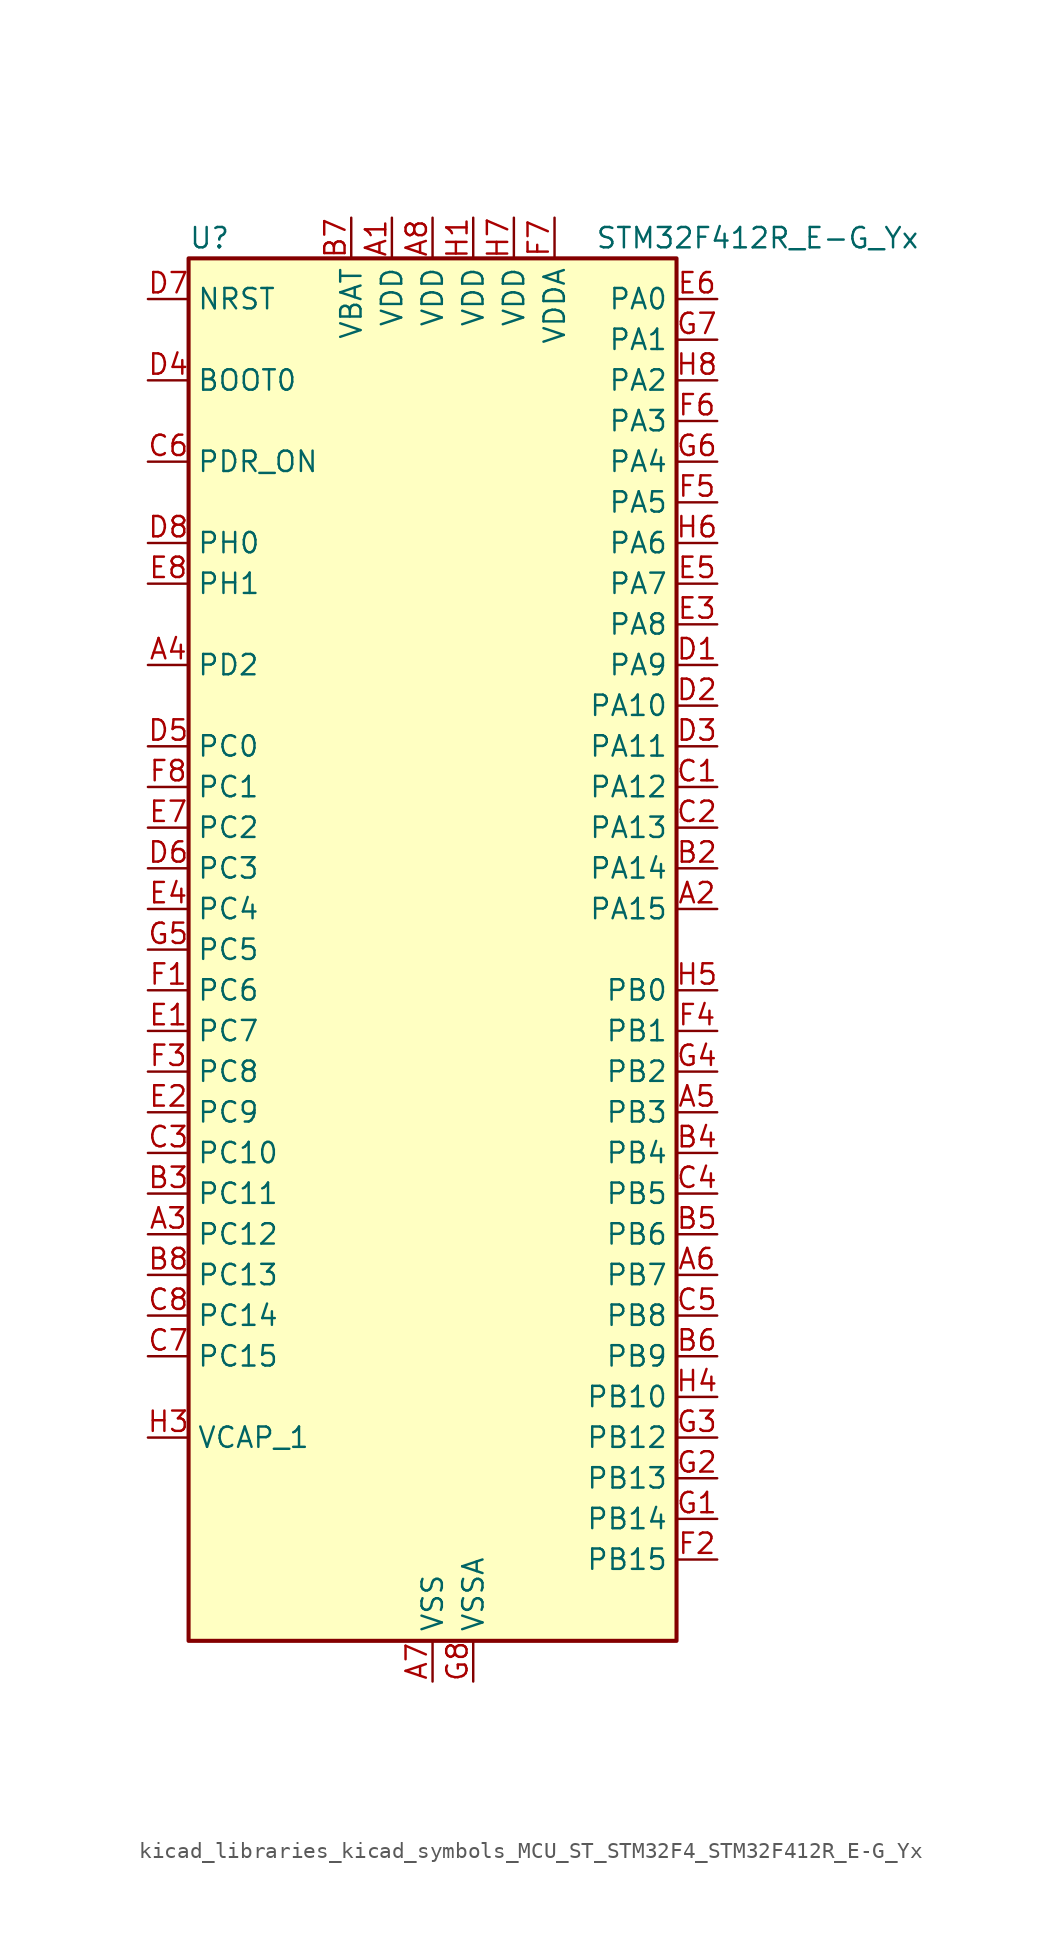
<source format=kicad_sym>
(kicad_symbol_lib
  (version 20220914)
  (generator kicad_symbol_editor)
  (symbol "kicad_libraries_kicad_symbols_MCU_ST_STM32F4_STM32F412R_E-G_Yx"
    (property "Reference" "U"
      (at -15.24 44.45 0)
      (effects (font (size 1.27 1.27)) (justify left)))
    (property "Value" "STM32F412R_E-G_Yx"
      (at 10.16 44.45 0)
      (effects (font (size 1.27 1.27)) (justify left)))
    (property "ki_locked" ""
      (at 0 0 0)
      (effects (font (size 1.27 1.27))))
    (symbol "kicad_libraries_kicad_symbols_MCU_ST_STM32F4_STM32F412R_E-G_Yx_0_1"
      (rectangle (start -15.24 -43.18) (end 15.24 43.18) (stroke (width 0.254) (type default)) (fill (type background))))
    (symbol "kicad_libraries_kicad_symbols_MCU_ST_STM32F4_STM32F412R_E-G_Yx_1_1"
      (pin power_in line (at -2.54 45.72 270) (length 2.54) (name "VDD" (effects (font (size 1.27 1.27)))) (number "A1" (effects (font (size 1.27 1.27)))))
      (pin bidirectional line (at 17.78 2.54 180) (length 2.54) (name "PA15" (effects (font (size 1.27 1.27)))) (number "A2" (effects (font (size 1.27 1.27)))) (alternate "ADC1_EXTI15" bidirectional line) (alternate "I2S1_WS" bidirectional line) (alternate "I2S3_WS" bidirectional line) (alternate "SPI1_NSS" bidirectional line) (alternate "SPI3_NSS" bidirectional line) (alternate "SYS_JTDI" bidirectional line) (alternate "TIM2_CH1" bidirectional line) (alternate "TIM2_ETR" bidirectional line) (alternate "USART1_TX" bidirectional line))
      (pin bidirectional line (at -17.78 -17.78 0) (length 2.54) (name "PC12" (effects (font (size 1.27 1.27)))) (number "A3" (effects (font (size 1.27 1.27)))) (alternate "FSMC_D3" bidirectional line) (alternate "FSMC_DA3" bidirectional line) (alternate "I2S3_SD" bidirectional line) (alternate "SDIO_CK" bidirectional line) (alternate "SPI3_MOSI" bidirectional line) (alternate "USART3_CK" bidirectional line))
      (pin bidirectional line (at -17.78 17.78 0) (length 2.54) (name "PD2" (effects (font (size 1.27 1.27)))) (number "A4" (effects (font (size 1.27 1.27)))) (alternate "FSMC_NWE" bidirectional line) (alternate "SDIO_CMD" bidirectional line) (alternate "TIM3_ETR" bidirectional line))
      (pin bidirectional line (at 17.78 -10.16 180) (length 2.54) (name "PB3" (effects (font (size 1.27 1.27)))) (number "A5" (effects (font (size 1.27 1.27)))) (alternate "FMPI2C1_SDA" bidirectional line) (alternate "I2C2_SDA" bidirectional line) (alternate "I2S1_CK" bidirectional line) (alternate "I2S3_CK" bidirectional line) (alternate "SPI1_SCK" bidirectional line) (alternate "SPI3_SCK" bidirectional line) (alternate "SYS_JTDO-SWO" bidirectional line) (alternate "TIM2_CH2" bidirectional line) (alternate "USART1_RX" bidirectional line))
      (pin bidirectional line (at 17.78 -20.32 180) (length 2.54) (name "PB7" (effects (font (size 1.27 1.27)))) (number "A6" (effects (font (size 1.27 1.27)))) (alternate "FSMC_NL" bidirectional line) (alternate "I2C1_SDA" bidirectional line) (alternate "TIM4_CH2" bidirectional line) (alternate "USART1_RX" bidirectional line))
      (pin power_in line (at 0 -45.72 90) (length 2.54) (name "VSS" (effects (font (size 1.27 1.27)))) (number "A7" (effects (font (size 1.27 1.27)))))
      (pin power_in line (at 0 45.72 270) (length 2.54) (name "VDD" (effects (font (size 1.27 1.27)))) (number "A8" (effects (font (size 1.27 1.27)))))
      (pin passive line (at 0 -45.72 90) (length 2.54) hide (name "VSS" (effects (font (size 1.27 1.27)))) (number "B1" (effects (font (size 1.27 1.27)))))
      (pin bidirectional line (at 17.78 5.08 180) (length 2.54) (name "PA14" (effects (font (size 1.27 1.27)))) (number "B2" (effects (font (size 1.27 1.27)))) (alternate "SYS_JTCK-SWCLK" bidirectional line))
      (pin bidirectional line (at -17.78 -15.24 0) (length 2.54) (name "PC11" (effects (font (size 1.27 1.27)))) (number "B3" (effects (font (size 1.27 1.27)))) (alternate "ADC1_EXTI11" bidirectional line) (alternate "FSMC_D2" bidirectional line) (alternate "FSMC_DA2" bidirectional line) (alternate "I2S3_ext_SD" bidirectional line) (alternate "QUADSPI_BK2_NCS" bidirectional line) (alternate "SDIO_D3" bidirectional line) (alternate "SPI3_MISO" bidirectional line) (alternate "USART3_RX" bidirectional line))
      (pin bidirectional line (at 17.78 -12.7 180) (length 2.54) (name "PB4" (effects (font (size 1.27 1.27)))) (number "B4" (effects (font (size 1.27 1.27)))) (alternate "I2C3_SDA" bidirectional line) (alternate "I2S3_ext_SD" bidirectional line) (alternate "SDIO_D0" bidirectional line) (alternate "SPI1_MISO" bidirectional line) (alternate "SPI3_MISO" bidirectional line) (alternate "SYS_JTRST" bidirectional line) (alternate "TIM3_CH1" bidirectional line))
      (pin bidirectional line (at 17.78 -17.78 180) (length 2.54) (name "PB6" (effects (font (size 1.27 1.27)))) (number "B5" (effects (font (size 1.27 1.27)))) (alternate "CAN2_TX" bidirectional line) (alternate "I2C1_SCL" bidirectional line) (alternate "QUADSPI_BK1_NCS" bidirectional line) (alternate "SDIO_D0" bidirectional line) (alternate "TIM4_CH1" bidirectional line) (alternate "USART1_TX" bidirectional line))
      (pin bidirectional line (at 17.78 -25.4 180) (length 2.54) (name "PB9" (effects (font (size 1.27 1.27)))) (number "B6" (effects (font (size 1.27 1.27)))) (alternate "CAN1_TX" bidirectional line) (alternate "I2C1_SDA" bidirectional line) (alternate "I2C2_SDA" bidirectional line) (alternate "I2S2_WS" bidirectional line) (alternate "SDIO_D5" bidirectional line) (alternate "SPI2_NSS" bidirectional line) (alternate "TIM11_CH1" bidirectional line) (alternate "TIM4_CH4" bidirectional line))
      (pin power_in line (at -5.08 45.72 270) (length 2.54) (name "VBAT" (effects (font (size 1.27 1.27)))) (number "B7" (effects (font (size 1.27 1.27)))))
      (pin bidirectional line (at -17.78 -20.32 0) (length 2.54) (name "PC13" (effects (font (size 1.27 1.27)))) (number "B8" (effects (font (size 1.27 1.27)))) (alternate "RTC_AF1" bidirectional line))
      (pin bidirectional line (at 17.78 10.16 180) (length 2.54) (name "PA12" (effects (font (size 1.27 1.27)))) (number "C1" (effects (font (size 1.27 1.27)))) (alternate "CAN1_TX" bidirectional line) (alternate "SPI5_MISO" bidirectional line) (alternate "TIM1_ETR" bidirectional line) (alternate "USART1_RTS" bidirectional line) (alternate "USART6_RX" bidirectional line) (alternate "USB_OTG_FS_DP" bidirectional line))
      (pin bidirectional line (at 17.78 7.62 180) (length 2.54) (name "PA13" (effects (font (size 1.27 1.27)))) (number "C2" (effects (font (size 1.27 1.27)))) (alternate "SYS_JTMS-SWDIO" bidirectional line))
      (pin bidirectional line (at -17.78 -12.7 0) (length 2.54) (name "PC10" (effects (font (size 1.27 1.27)))) (number "C3" (effects (font (size 1.27 1.27)))) (alternate "I2S3_CK" bidirectional line) (alternate "QUADSPI_BK1_IO1" bidirectional line) (alternate "SDIO_D2" bidirectional line) (alternate "SPI3_SCK" bidirectional line) (alternate "USART3_TX" bidirectional line))
      (pin bidirectional line (at 17.78 -15.24 180) (length 2.54) (name "PB5" (effects (font (size 1.27 1.27)))) (number "C4" (effects (font (size 1.27 1.27)))) (alternate "CAN2_RX" bidirectional line) (alternate "I2C1_SMBA" bidirectional line) (alternate "I2S1_SD" bidirectional line) (alternate "I2S3_SD" bidirectional line) (alternate "SDIO_D3" bidirectional line) (alternate "SPI1_MOSI" bidirectional line) (alternate "SPI3_MOSI" bidirectional line) (alternate "TIM3_CH2" bidirectional line))
      (pin bidirectional line (at 17.78 -22.86 180) (length 2.54) (name "PB8" (effects (font (size 1.27 1.27)))) (number "C5" (effects (font (size 1.27 1.27)))) (alternate "CAN1_RX" bidirectional line) (alternate "I2C1_SCL" bidirectional line) (alternate "I2C3_SDA" bidirectional line) (alternate "I2S5_SD" bidirectional line) (alternate "SDIO_D4" bidirectional line) (alternate "SPI5_MOSI" bidirectional line) (alternate "TIM10_CH1" bidirectional line) (alternate "TIM4_CH3" bidirectional line))
      (pin input line (at -17.78 30.48 0) (length 2.54) (name "PDR_ON" (effects (font (size 1.27 1.27)))) (number "C6" (effects (font (size 1.27 1.27)))))
      (pin bidirectional line (at -17.78 -25.4 0) (length 2.54) (name "PC15" (effects (font (size 1.27 1.27)))) (number "C7" (effects (font (size 1.27 1.27)))) (alternate "ADC1_EXTI15" bidirectional line) (alternate "RCC_OSC32_OUT" bidirectional line))
      (pin bidirectional line (at -17.78 -22.86 0) (length 2.54) (name "PC14" (effects (font (size 1.27 1.27)))) (number "C8" (effects (font (size 1.27 1.27)))) (alternate "RCC_OSC32_IN" bidirectional line))
      (pin bidirectional line (at 17.78 17.78 180) (length 2.54) (name "PA9" (effects (font (size 1.27 1.27)))) (number "D1" (effects (font (size 1.27 1.27)))) (alternate "I2C3_SMBA" bidirectional line) (alternate "SDIO_D2" bidirectional line) (alternate "TIM1_CH2" bidirectional line) (alternate "USART1_TX" bidirectional line) (alternate "USB_OTG_FS_VBUS" bidirectional line))
      (pin bidirectional line (at 17.78 15.24 180) (length 2.54) (name "PA10" (effects (font (size 1.27 1.27)))) (number "D2" (effects (font (size 1.27 1.27)))) (alternate "I2S5_SD" bidirectional line) (alternate "SPI5_MOSI" bidirectional line) (alternate "TIM1_CH3" bidirectional line) (alternate "USART1_RX" bidirectional line) (alternate "USB_OTG_FS_ID" bidirectional line))
      (pin bidirectional line (at 17.78 12.7 180) (length 2.54) (name "PA11" (effects (font (size 1.27 1.27)))) (number "D3" (effects (font (size 1.27 1.27)))) (alternate "ADC1_EXTI11" bidirectional line) (alternate "CAN1_RX" bidirectional line) (alternate "SPI4_MISO" bidirectional line) (alternate "TIM1_CH4" bidirectional line) (alternate "USART1_CTS" bidirectional line) (alternate "USART6_TX" bidirectional line) (alternate "USB_OTG_FS_DM" bidirectional line))
      (pin input line (at -17.78 35.56 0) (length 2.54) (name "BOOT0" (effects (font (size 1.27 1.27)))) (number "D4" (effects (font (size 1.27 1.27)))))
      (pin bidirectional line (at -17.78 12.7 0) (length 2.54) (name "PC0" (effects (font (size 1.27 1.27)))) (number "D5" (effects (font (size 1.27 1.27)))) (alternate "ADC1_IN10" bidirectional line) (alternate "SYS_WKUP2" bidirectional line))
      (pin bidirectional line (at -17.78 5.08 0) (length 2.54) (name "PC3" (effects (font (size 1.27 1.27)))) (number "D6" (effects (font (size 1.27 1.27)))) (alternate "ADC1_IN13" bidirectional line) (alternate "FSMC_A0" bidirectional line) (alternate "I2S2_SD" bidirectional line) (alternate "SPI2_MOSI" bidirectional line))
      (pin input line (at -17.78 40.64 0) (length 2.54) (name "NRST" (effects (font (size 1.27 1.27)))) (number "D7" (effects (font (size 1.27 1.27)))))
      (pin bidirectional line (at -17.78 25.4 0) (length 2.54) (name "PH0" (effects (font (size 1.27 1.27)))) (number "D8" (effects (font (size 1.27 1.27)))) (alternate "RCC_OSC_IN" bidirectional line))
      (pin bidirectional line (at -17.78 -5.08 0) (length 2.54) (name "PC7" (effects (font (size 1.27 1.27)))) (number "E1" (effects (font (size 1.27 1.27)))) (alternate "DFSDM1_DATIN3" bidirectional line) (alternate "FMPI2C1_SDA" bidirectional line) (alternate "I2S2_CK" bidirectional line) (alternate "I2S3_MCK" bidirectional line) (alternate "SDIO_D7" bidirectional line) (alternate "SPI2_SCK" bidirectional line) (alternate "TIM3_CH2" bidirectional line) (alternate "TIM8_CH2" bidirectional line) (alternate "USART6_RX" bidirectional line))
      (pin bidirectional line (at -17.78 -10.16 0) (length 2.54) (name "PC9" (effects (font (size 1.27 1.27)))) (number "E2" (effects (font (size 1.27 1.27)))) (alternate "I2C3_SDA" bidirectional line) (alternate "I2S_CKIN" bidirectional line) (alternate "QUADSPI_BK1_IO0" bidirectional line) (alternate "RCC_MCO_2" bidirectional line) (alternate "SDIO_D1" bidirectional line) (alternate "TIM3_CH4" bidirectional line) (alternate "TIM8_CH4" bidirectional line))
      (pin bidirectional line (at 17.78 20.32 180) (length 2.54) (name "PA8" (effects (font (size 1.27 1.27)))) (number "E3" (effects (font (size 1.27 1.27)))) (alternate "I2C3_SCL" bidirectional line) (alternate "RCC_MCO_1" bidirectional line) (alternate "SDIO_D1" bidirectional line) (alternate "TIM1_CH1" bidirectional line) (alternate "USART1_CK" bidirectional line) (alternate "USB_OTG_FS_SOF" bidirectional line))
      (pin bidirectional line (at -17.78 2.54 0) (length 2.54) (name "PC4" (effects (font (size 1.27 1.27)))) (number "E4" (effects (font (size 1.27 1.27)))) (alternate "ADC1_IN14" bidirectional line) (alternate "FSMC_NE4" bidirectional line) (alternate "I2S1_MCK" bidirectional line) (alternate "QUADSPI_BK2_IO2" bidirectional line))
      (pin bidirectional line (at 17.78 22.86 180) (length 2.54) (name "PA7" (effects (font (size 1.27 1.27)))) (number "E5" (effects (font (size 1.27 1.27)))) (alternate "ADC1_IN7" bidirectional line) (alternate "I2S1_SD" bidirectional line) (alternate "QUADSPI_BK2_IO1" bidirectional line) (alternate "SPI1_MOSI" bidirectional line) (alternate "TIM14_CH1" bidirectional line) (alternate "TIM1_CH1N" bidirectional line) (alternate "TIM3_CH2" bidirectional line) (alternate "TIM8_CH1N" bidirectional line))
      (pin bidirectional line (at 17.78 40.64 180) (length 2.54) (name "PA0" (effects (font (size 1.27 1.27)))) (number "E6" (effects (font (size 1.27 1.27)))) (alternate "ADC1_IN0" bidirectional line) (alternate "SYS_WKUP1" bidirectional line) (alternate "TIM2_CH1" bidirectional line) (alternate "TIM2_ETR" bidirectional line) (alternate "TIM5_CH1" bidirectional line) (alternate "TIM8_ETR" bidirectional line) (alternate "USART2_CTS" bidirectional line))
      (pin bidirectional line (at -17.78 7.62 0) (length 2.54) (name "PC2" (effects (font (size 1.27 1.27)))) (number "E7" (effects (font (size 1.27 1.27)))) (alternate "ADC1_IN12" bidirectional line) (alternate "DFSDM1_CKOUT" bidirectional line) (alternate "FSMC_NWE" bidirectional line) (alternate "I2S2_ext_SD" bidirectional line) (alternate "SPI2_MISO" bidirectional line))
      (pin bidirectional line (at -17.78 22.86 0) (length 2.54) (name "PH1" (effects (font (size 1.27 1.27)))) (number "E8" (effects (font (size 1.27 1.27)))) (alternate "RCC_OSC_OUT" bidirectional line))
      (pin bidirectional line (at -17.78 -2.54 0) (length 2.54) (name "PC6" (effects (font (size 1.27 1.27)))) (number "F1" (effects (font (size 1.27 1.27)))) (alternate "DFSDM1_CKIN3" bidirectional line) (alternate "FMPI2C1_SCL" bidirectional line) (alternate "FSMC_D1" bidirectional line) (alternate "FSMC_DA1" bidirectional line) (alternate "I2S2_MCK" bidirectional line) (alternate "SDIO_D6" bidirectional line) (alternate "TIM3_CH1" bidirectional line) (alternate "TIM8_CH1" bidirectional line) (alternate "USART6_TX" bidirectional line))
      (pin bidirectional line (at 17.78 -38.1 180) (length 2.54) (name "PB15" (effects (font (size 1.27 1.27)))) (number "F2" (effects (font (size 1.27 1.27)))) (alternate "ADC1_EXTI15" bidirectional line) (alternate "DFSDM1_CKIN2" bidirectional line) (alternate "FMPI2C1_SCL" bidirectional line) (alternate "I2S2_SD" bidirectional line) (alternate "RTC_REFIN" bidirectional line) (alternate "SDIO_CK" bidirectional line) (alternate "SPI2_MOSI" bidirectional line) (alternate "TIM12_CH2" bidirectional line) (alternate "TIM1_CH3N" bidirectional line) (alternate "TIM8_CH3N" bidirectional line))
      (pin bidirectional line (at -17.78 -7.62 0) (length 2.54) (name "PC8" (effects (font (size 1.27 1.27)))) (number "F3" (effects (font (size 1.27 1.27)))) (alternate "QUADSPI_BK1_IO2" bidirectional line) (alternate "SDIO_D0" bidirectional line) (alternate "TIM3_CH3" bidirectional line) (alternate "TIM8_CH3" bidirectional line) (alternate "USART6_CK" bidirectional line))
      (pin bidirectional line (at 17.78 -5.08 180) (length 2.54) (name "PB1" (effects (font (size 1.27 1.27)))) (number "F4" (effects (font (size 1.27 1.27)))) (alternate "ADC1_IN9" bidirectional line) (alternate "DFSDM1_DATIN0" bidirectional line) (alternate "I2S5_WS" bidirectional line) (alternate "QUADSPI_CLK" bidirectional line) (alternate "SPI5_NSS" bidirectional line) (alternate "TIM1_CH3N" bidirectional line) (alternate "TIM3_CH4" bidirectional line) (alternate "TIM8_CH3N" bidirectional line))
      (pin bidirectional line (at 17.78 27.94 180) (length 2.54) (name "PA5" (effects (font (size 1.27 1.27)))) (number "F5" (effects (font (size 1.27 1.27)))) (alternate "ADC1_IN5" bidirectional line) (alternate "DFSDM1_CKIN1" bidirectional line) (alternate "FSMC_D7" bidirectional line) (alternate "FSMC_DA7" bidirectional line) (alternate "I2S1_CK" bidirectional line) (alternate "SPI1_SCK" bidirectional line) (alternate "TIM2_CH1" bidirectional line) (alternate "TIM2_ETR" bidirectional line) (alternate "TIM8_CH1N" bidirectional line))
      (pin bidirectional line (at 17.78 33.02 180) (length 2.54) (name "PA3" (effects (font (size 1.27 1.27)))) (number "F6" (effects (font (size 1.27 1.27)))) (alternate "ADC1_IN3" bidirectional line) (alternate "FSMC_D5" bidirectional line) (alternate "FSMC_DA5" bidirectional line) (alternate "I2S2_MCK" bidirectional line) (alternate "TIM2_CH4" bidirectional line) (alternate "TIM5_CH4" bidirectional line) (alternate "TIM9_CH2" bidirectional line) (alternate "USART2_RX" bidirectional line))
      (pin power_in line (at 7.62 45.72 270) (length 2.54) (name "VDDA" (effects (font (size 1.27 1.27)))) (number "F7" (effects (font (size 1.27 1.27)))))
      (pin bidirectional line (at -17.78 10.16 0) (length 2.54) (name "PC1" (effects (font (size 1.27 1.27)))) (number "F8" (effects (font (size 1.27 1.27)))) (alternate "ADC1_IN11" bidirectional line) (alternate "SYS_WKUP3" bidirectional line))
      (pin bidirectional line (at 17.78 -35.56 180) (length 2.54) (name "PB14" (effects (font (size 1.27 1.27)))) (number "G1" (effects (font (size 1.27 1.27)))) (alternate "DFSDM1_DATIN2" bidirectional line) (alternate "FMPI2C1_SDA" bidirectional line) (alternate "FSMC_D0" bidirectional line) (alternate "FSMC_DA0" bidirectional line) (alternate "I2S2_ext_SD" bidirectional line) (alternate "SDIO_D6" bidirectional line) (alternate "SPI2_MISO" bidirectional line) (alternate "TIM12_CH1" bidirectional line) (alternate "TIM1_CH2N" bidirectional line) (alternate "TIM8_CH2N" bidirectional line) (alternate "USART3_RTS" bidirectional line))
      (pin bidirectional line (at 17.78 -33.02 180) (length 2.54) (name "PB13" (effects (font (size 1.27 1.27)))) (number "G2" (effects (font (size 1.27 1.27)))) (alternate "CAN2_TX" bidirectional line) (alternate "DFSDM1_CKIN1" bidirectional line) (alternate "FMPI2C1_SMBA" bidirectional line) (alternate "I2S2_CK" bidirectional line) (alternate "I2S4_CK" bidirectional line) (alternate "SPI2_SCK" bidirectional line) (alternate "SPI4_SCK" bidirectional line) (alternate "TIM1_CH1N" bidirectional line) (alternate "USART3_CTS" bidirectional line))
      (pin bidirectional line (at 17.78 -30.48 180) (length 2.54) (name "PB12" (effects (font (size 1.27 1.27)))) (number "G3" (effects (font (size 1.27 1.27)))) (alternate "CAN2_RX" bidirectional line) (alternate "DFSDM1_DATIN1" bidirectional line) (alternate "I2C2_SMBA" bidirectional line) (alternate "I2S2_WS" bidirectional line) (alternate "I2S3_CK" bidirectional line) (alternate "I2S4_WS" bidirectional line) (alternate "SPI2_NSS" bidirectional line) (alternate "SPI3_SCK" bidirectional line) (alternate "SPI4_NSS" bidirectional line) (alternate "TIM1_BKIN" bidirectional line) (alternate "USART3_CK" bidirectional line))
      (pin bidirectional line (at 17.78 -7.62 180) (length 2.54) (name "PB2" (effects (font (size 1.27 1.27)))) (number "G4" (effects (font (size 1.27 1.27)))) (alternate "DFSDM1_CKIN0" bidirectional line) (alternate "QUADSPI_CLK" bidirectional line))
      (pin bidirectional line (at -17.78 0 0) (length 2.54) (name "PC5" (effects (font (size 1.27 1.27)))) (number "G5" (effects (font (size 1.27 1.27)))) (alternate "ADC1_IN15" bidirectional line) (alternate "FMPI2C1_SMBA" bidirectional line) (alternate "FSMC_NOE" bidirectional line) (alternate "QUADSPI_BK2_IO3" bidirectional line) (alternate "USART3_RX" bidirectional line))
      (pin bidirectional line (at 17.78 30.48 180) (length 2.54) (name "PA4" (effects (font (size 1.27 1.27)))) (number "G6" (effects (font (size 1.27 1.27)))) (alternate "ADC1_IN4" bidirectional line) (alternate "DFSDM1_DATIN1" bidirectional line) (alternate "FSMC_D6" bidirectional line) (alternate "FSMC_DA6" bidirectional line) (alternate "I2S1_WS" bidirectional line) (alternate "I2S3_WS" bidirectional line) (alternate "SPI1_NSS" bidirectional line) (alternate "SPI3_NSS" bidirectional line) (alternate "USART2_CK" bidirectional line))
      (pin bidirectional line (at 17.78 38.1 180) (length 2.54) (name "PA1" (effects (font (size 1.27 1.27)))) (number "G7" (effects (font (size 1.27 1.27)))) (alternate "ADC1_IN1" bidirectional line) (alternate "I2S4_SD" bidirectional line) (alternate "QUADSPI_BK1_IO3" bidirectional line) (alternate "SPI4_MOSI" bidirectional line) (alternate "TIM2_CH2" bidirectional line) (alternate "TIM5_CH2" bidirectional line) (alternate "USART2_RTS" bidirectional line))
      (pin power_in line (at 2.54 -45.72 90) (length 2.54) (name "VSSA" (effects (font (size 1.27 1.27)))) (number "G8" (effects (font (size 1.27 1.27)))))
      (pin power_in line (at 2.54 45.72 270) (length 2.54) (name "VDD" (effects (font (size 1.27 1.27)))) (number "H1" (effects (font (size 1.27 1.27)))))
      (pin passive line (at 0 -45.72 90) (length 2.54) hide (name "VSS" (effects (font (size 1.27 1.27)))) (number "H2" (effects (font (size 1.27 1.27)))))
      (pin power_out line (at -17.78 -30.48 0) (length 2.54) (name "VCAP_1" (effects (font (size 1.27 1.27)))) (number "H3" (effects (font (size 1.27 1.27)))))
      (pin bidirectional line (at 17.78 -27.94 180) (length 2.54) (name "PB10" (effects (font (size 1.27 1.27)))) (number "H4" (effects (font (size 1.27 1.27)))) (alternate "FMPI2C1_SCL" bidirectional line) (alternate "I2C2_SCL" bidirectional line) (alternate "I2S2_CK" bidirectional line) (alternate "I2S3_MCK" bidirectional line) (alternate "SDIO_D7" bidirectional line) (alternate "SPI2_SCK" bidirectional line) (alternate "TIM2_CH3" bidirectional line) (alternate "USART3_TX" bidirectional line))
      (pin bidirectional line (at 17.78 -2.54 180) (length 2.54) (name "PB0" (effects (font (size 1.27 1.27)))) (number "H5" (effects (font (size 1.27 1.27)))) (alternate "ADC1_IN8" bidirectional line) (alternate "I2S5_CK" bidirectional line) (alternate "SPI5_SCK" bidirectional line) (alternate "TIM1_CH2N" bidirectional line) (alternate "TIM3_CH3" bidirectional line) (alternate "TIM8_CH2N" bidirectional line))
      (pin bidirectional line (at 17.78 25.4 180) (length 2.54) (name "PA6" (effects (font (size 1.27 1.27)))) (number "H6" (effects (font (size 1.27 1.27)))) (alternate "ADC1_IN6" bidirectional line) (alternate "I2S2_MCK" bidirectional line) (alternate "QUADSPI_BK2_IO0" bidirectional line) (alternate "SDIO_CMD" bidirectional line) (alternate "SPI1_MISO" bidirectional line) (alternate "TIM13_CH1" bidirectional line) (alternate "TIM1_BKIN" bidirectional line) (alternate "TIM3_CH1" bidirectional line) (alternate "TIM8_BKIN" bidirectional line))
      (pin power_in line (at 5.08 45.72 270) (length 2.54) (name "VDD" (effects (font (size 1.27 1.27)))) (number "H7" (effects (font (size 1.27 1.27)))))
      (pin bidirectional line (at 17.78 35.56 180) (length 2.54) (name "PA2" (effects (font (size 1.27 1.27)))) (number "H8" (effects (font (size 1.27 1.27)))) (alternate "ADC1_IN2" bidirectional line) (alternate "FSMC_D4" bidirectional line) (alternate "FSMC_DA4" bidirectional line) (alternate "I2S_CKIN" bidirectional line) (alternate "TIM2_CH3" bidirectional line) (alternate "TIM5_CH3" bidirectional line) (alternate "TIM9_CH1" bidirectional line) (alternate "USART2_TX" bidirectional line)))))
</source>
